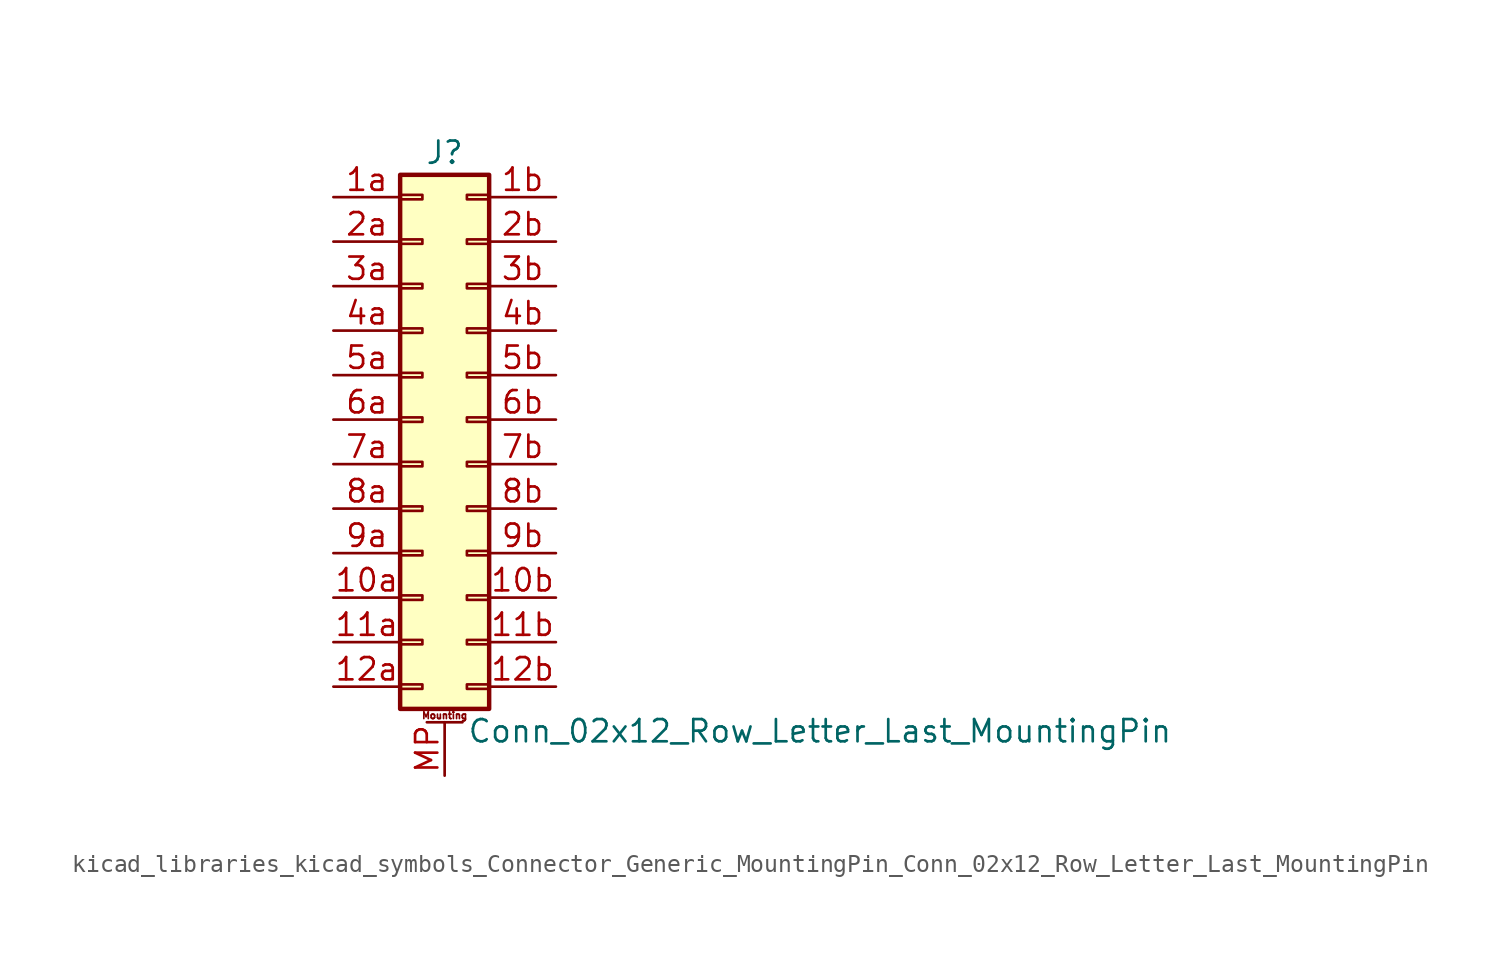
<source format=kicad_sym>
(kicad_symbol_lib
  (version 20220914)
  (generator kicad_symbol_editor)
  (symbol "kicad_libraries_kicad_symbols_Connector_Generic_MountingPin_Conn_02x12_Row_Letter_Last_MountingPin"
    (pin_names
      (offset 1.016) hide)
    (property "Reference" "J"
      (at 1.27 15.24 0)
      (effects (font (size 1.27 1.27))))
    (property "Value" "Conn_02x12_Row_Letter_Last_MountingPin"
      (at 2.54 -17.78 0)
      (effects (font (size 1.27 1.27)) (justify left)))
    (symbol "kicad_libraries_kicad_symbols_Connector_Generic_MountingPin_Conn_02x12_Row_Letter_Last_MountingPin_1_1"
      (rectangle (start -1.27 -15.113) (end 0 -15.367) (stroke (width 0.152) (type default)) (fill (type none)))
      (rectangle (start -1.27 -12.573) (end 0 -12.827) (stroke (width 0.152) (type default)) (fill (type none)))
      (rectangle (start -1.27 -10.033) (end 0 -10.287) (stroke (width 0.152) (type default)) (fill (type none)))
      (rectangle (start -1.27 -7.493) (end 0 -7.747) (stroke (width 0.152) (type default)) (fill (type none)))
      (rectangle (start -1.27 -4.953) (end 0 -5.207) (stroke (width 0.152) (type default)) (fill (type none)))
      (rectangle (start -1.27 -2.413) (end 0 -2.667) (stroke (width 0.152) (type default)) (fill (type none)))
      (rectangle (start -1.27 0.127) (end 0 -0.127) (stroke (width 0.152) (type default)) (fill (type none)))
      (rectangle (start -1.27 2.667) (end 0 2.413) (stroke (width 0.152) (type default)) (fill (type none)))
      (rectangle (start -1.27 5.207) (end 0 4.953) (stroke (width 0.152) (type default)) (fill (type none)))
      (rectangle (start -1.27 7.747) (end 0 7.493) (stroke (width 0.152) (type default)) (fill (type none)))
      (rectangle (start -1.27 10.287) (end 0 10.033) (stroke (width 0.152) (type default)) (fill (type none)))
      (rectangle (start -1.27 12.827) (end 0 12.573) (stroke (width 0.152) (type default)) (fill (type none)))
      (rectangle (start -1.27 13.97) (end 3.81 -16.51) (stroke (width 0.254) (type default)) (fill (type background)))
      (polyline (pts (xy 0.254 -17.272) (xy 2.286 -17.272)) (stroke (width 0.152) (type default)) (fill (type none)))
      (rectangle (start 3.81 -15.113) (end 2.54 -15.367) (stroke (width 0.152) (type default)) (fill (type none)))
      (rectangle (start 3.81 -12.573) (end 2.54 -12.827) (stroke (width 0.152) (type default)) (fill (type none)))
      (rectangle (start 3.81 -10.033) (end 2.54 -10.287) (stroke (width 0.152) (type default)) (fill (type none)))
      (rectangle (start 3.81 -7.493) (end 2.54 -7.747) (stroke (width 0.152) (type default)) (fill (type none)))
      (rectangle (start 3.81 -4.953) (end 2.54 -5.207) (stroke (width 0.152) (type default)) (fill (type none)))
      (rectangle (start 3.81 -2.413) (end 2.54 -2.667) (stroke (width 0.152) (type default)) (fill (type none)))
      (rectangle (start 3.81 0.127) (end 2.54 -0.127) (stroke (width 0.152) (type default)) (fill (type none)))
      (rectangle (start 3.81 2.667) (end 2.54 2.413) (stroke (width 0.152) (type default)) (fill (type none)))
      (rectangle (start 3.81 5.207) (end 2.54 4.953) (stroke (width 0.152) (type default)) (fill (type none)))
      (rectangle (start 3.81 7.747) (end 2.54 7.493) (stroke (width 0.152) (type default)) (fill (type none)))
      (rectangle (start 3.81 10.287) (end 2.54 10.033) (stroke (width 0.152) (type default)) (fill (type none)))
      (rectangle (start 3.81 12.827) (end 2.54 12.573) (stroke (width 0.152) (type default)) (fill (type none)))
      (text "Mounting" (at 1.27 -16.891 0) (effects (font (size 0.381 0.381))))
      (pin passive line (at -5.08 -10.16 0) (length 3.81) (name "Pin_10a" (effects (font (size 1.27 1.27)))) (number "10a" (effects (font (size 1.27 1.27)))))
      (pin passive line (at 7.62 -10.16 180) (length 3.81) (name "Pin_10b" (effects (font (size 1.27 1.27)))) (number "10b" (effects (font (size 1.27 1.27)))))
      (pin passive line (at -5.08 -12.7 0) (length 3.81) (name "Pin_11a" (effects (font (size 1.27 1.27)))) (number "11a" (effects (font (size 1.27 1.27)))))
      (pin passive line (at 7.62 -12.7 180) (length 3.81) (name "Pin_11b" (effects (font (size 1.27 1.27)))) (number "11b" (effects (font (size 1.27 1.27)))))
      (pin passive line (at -5.08 -15.24 0) (length 3.81) (name "Pin_12a" (effects (font (size 1.27 1.27)))) (number "12a" (effects (font (size 1.27 1.27)))))
      (pin passive line (at 7.62 -15.24 180) (length 3.81) (name "Pin_12b" (effects (font (size 1.27 1.27)))) (number "12b" (effects (font (size 1.27 1.27)))))
      (pin passive line (at -5.08 12.7 0) (length 3.81) (name "Pin_1a" (effects (font (size 1.27 1.27)))) (number "1a" (effects (font (size 1.27 1.27)))))
      (pin passive line (at 7.62 12.7 180) (length 3.81) (name "Pin_1b" (effects (font (size 1.27 1.27)))) (number "1b" (effects (font (size 1.27 1.27)))))
      (pin passive line (at -5.08 10.16 0) (length 3.81) (name "Pin_2a" (effects (font (size 1.27 1.27)))) (number "2a" (effects (font (size 1.27 1.27)))))
      (pin passive line (at 7.62 10.16 180) (length 3.81) (name "Pin_2b" (effects (font (size 1.27 1.27)))) (number "2b" (effects (font (size 1.27 1.27)))))
      (pin passive line (at -5.08 7.62 0) (length 3.81) (name "Pin_3a" (effects (font (size 1.27 1.27)))) (number "3a" (effects (font (size 1.27 1.27)))))
      (pin passive line (at 7.62 7.62 180) (length 3.81) (name "Pin_3b" (effects (font (size 1.27 1.27)))) (number "3b" (effects (font (size 1.27 1.27)))))
      (pin passive line (at -5.08 5.08 0) (length 3.81) (name "Pin_4a" (effects (font (size 1.27 1.27)))) (number "4a" (effects (font (size 1.27 1.27)))))
      (pin passive line (at 7.62 5.08 180) (length 3.81) (name "Pin_4b" (effects (font (size 1.27 1.27)))) (number "4b" (effects (font (size 1.27 1.27)))))
      (pin passive line (at -5.08 2.54 0) (length 3.81) (name "Pin_5a" (effects (font (size 1.27 1.27)))) (number "5a" (effects (font (size 1.27 1.27)))))
      (pin passive line (at 7.62 2.54 180) (length 3.81) (name "Pin_5b" (effects (font (size 1.27 1.27)))) (number "5b" (effects (font (size 1.27 1.27)))))
      (pin passive line (at -5.08 0 0) (length 3.81) (name "Pin_6a" (effects (font (size 1.27 1.27)))) (number "6a" (effects (font (size 1.27 1.27)))))
      (pin passive line (at 7.62 0 180) (length 3.81) (name "Pin_6b" (effects (font (size 1.27 1.27)))) (number "6b" (effects (font (size 1.27 1.27)))))
      (pin passive line (at -5.08 -2.54 0) (length 3.81) (name "Pin_7a" (effects (font (size 1.27 1.27)))) (number "7a" (effects (font (size 1.27 1.27)))))
      (pin passive line (at 7.62 -2.54 180) (length 3.81) (name "Pin_7b" (effects (font (size 1.27 1.27)))) (number "7b" (effects (font (size 1.27 1.27)))))
      (pin passive line (at -5.08 -5.08 0) (length 3.81) (name "Pin_8a" (effects (font (size 1.27 1.27)))) (number "8a" (effects (font (size 1.27 1.27)))))
      (pin passive line (at 7.62 -5.08 180) (length 3.81) (name "Pin_8b" (effects (font (size 1.27 1.27)))) (number "8b" (effects (font (size 1.27 1.27)))))
      (pin passive line (at -5.08 -7.62 0) (length 3.81) (name "Pin_9a" (effects (font (size 1.27 1.27)))) (number "9a" (effects (font (size 1.27 1.27)))))
      (pin passive line (at 7.62 -7.62 180) (length 3.81) (name "Pin_9b" (effects (font (size 1.27 1.27)))) (number "9b" (effects (font (size 1.27 1.27)))))
      (pin passive line (at 1.27 -20.32 90) (length 3.048) (name "MountPin" (effects (font (size 1.27 1.27)))) (number "MP" (effects (font (size 1.27 1.27))))))))
</source>
